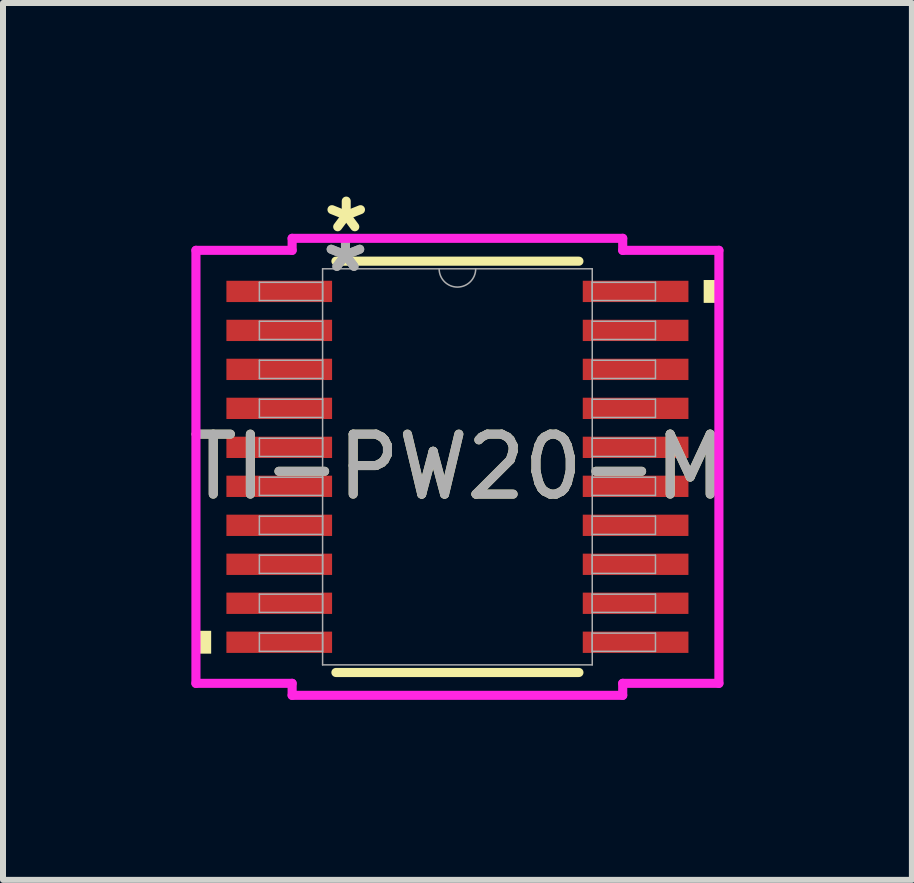
<source format=kicad_pcb>
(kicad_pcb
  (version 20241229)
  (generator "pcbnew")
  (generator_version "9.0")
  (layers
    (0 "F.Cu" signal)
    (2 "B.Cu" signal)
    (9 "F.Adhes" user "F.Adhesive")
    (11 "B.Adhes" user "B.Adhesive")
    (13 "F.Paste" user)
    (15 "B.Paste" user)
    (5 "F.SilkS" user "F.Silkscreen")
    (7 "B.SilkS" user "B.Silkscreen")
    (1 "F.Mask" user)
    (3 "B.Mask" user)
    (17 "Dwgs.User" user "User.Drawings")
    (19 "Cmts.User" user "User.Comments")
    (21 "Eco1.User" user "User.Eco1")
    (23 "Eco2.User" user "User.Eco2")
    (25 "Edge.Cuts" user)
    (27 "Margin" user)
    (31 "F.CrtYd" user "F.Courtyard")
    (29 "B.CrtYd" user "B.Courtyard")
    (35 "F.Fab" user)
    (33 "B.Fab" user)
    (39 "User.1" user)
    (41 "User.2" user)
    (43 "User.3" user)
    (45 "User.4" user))
  (footprint "TI-PW20-M"
    (layer "F.Cu")
    (at 4.577 4.734)
    (property "Reference" "TI-PW20-M" (at 0 0 0) (unlocked yes) (layer "F.SilkS") (effects (font (size 1 1) (thickness 0.15))))
    (attr smd)
    (fp_line (start -2.026 3.429) (end 2.026 3.429) (stroke (width 0.152) (type solid)) (layer "F.SilkS"))
    (fp_line (start 2.026 -3.429) (end -2.026 -3.429) (stroke (width 0.152) (type solid)) (layer "F.SilkS"))
    (fp_poly (pts (xy -4.36 2.734) (xy -4.36 3.115) (xy -4.106 3.115) (xy -4.106 2.734)) (stroke (width 0) (type solid)) (fill yes) (layer "F.SilkS"))
    (fp_poly (pts (xy 4.36 -3.115) (xy 4.36 -2.734) (xy 4.106 -2.734) (xy 4.106 -3.115)) (stroke (width 0) (type solid)) (fill yes) (layer "F.SilkS"))
    (fp_line (start -4.36 -3.61) (end -2.756 -3.61) (stroke (width 0.152) (type solid)) (layer "F.CrtYd"))
    (fp_line (start -4.36 3.61) (end -4.36 -3.61) (stroke (width 0.152) (type solid)) (layer "F.CrtYd"))
    (fp_line (start -4.36 3.61) (end -2.756 3.61) (stroke (width 0.152) (type solid)) (layer "F.CrtYd"))
    (fp_line (start -2.756 -3.81) (end 2.756 -3.81) (stroke (width 0.152) (type solid)) (layer "F.CrtYd"))
    (fp_line (start -2.756 -3.61) (end -2.756 -3.81) (stroke (width 0.152) (type solid)) (layer "F.CrtYd"))
    (fp_line (start -2.756 3.81) (end -2.756 3.61) (stroke (width 0.152) (type solid)) (layer "F.CrtYd"))
    (fp_line (start 2.756 -3.81) (end 2.756 -3.61) (stroke (width 0.152) (type solid)) (layer "F.CrtYd"))
    (fp_line (start 2.756 3.61) (end 2.756 3.81) (stroke (width 0.152) (type solid)) (layer "F.CrtYd"))
    (fp_line (start 2.756 3.81) (end -2.756 3.81) (stroke (width 0.152) (type solid)) (layer "F.CrtYd"))
    (fp_line (start 4.36 -3.61) (end 2.756 -3.61) (stroke (width 0.152) (type solid)) (layer "F.CrtYd"))
    (fp_line (start 4.36 -3.61) (end 4.36 3.61) (stroke (width 0.152) (type solid)) (layer "F.CrtYd"))
    (fp_line (start 4.36 3.61) (end 2.756 3.61) (stroke (width 0.152) (type solid)) (layer "F.CrtYd"))
    (fp_line (start -3.302 -3.077) (end -3.302 -2.773) (stroke (width 0.025) (type solid)) (layer "F.Fab"))
    (fp_line (start -3.302 -2.773) (end -2.248 -2.773) (stroke (width 0.025) (type solid)) (layer "F.Fab"))
    (fp_line (start -3.302 -2.427) (end -3.302 -2.123) (stroke (width 0.025) (type solid)) (layer "F.Fab"))
    (fp_line (start -3.302 -2.123) (end -2.248 -2.123) (stroke (width 0.025) (type solid)) (layer "F.Fab"))
    (fp_line (start -3.302 -1.777) (end -3.302 -1.473) (stroke (width 0.025) (type solid)) (layer "F.Fab"))
    (fp_line (start -3.302 -1.473) (end -2.248 -1.473) (stroke (width 0.025) (type solid)) (layer "F.Fab"))
    (fp_line (start -3.302 -1.127) (end -3.302 -0.823) (stroke (width 0.025) (type solid)) (layer "F.Fab"))
    (fp_line (start -3.302 -0.823) (end -2.248 -0.823) (stroke (width 0.025) (type solid)) (layer "F.Fab"))
    (fp_line (start -3.302 -0.477) (end -3.302 -0.173) (stroke (width 0.025) (type solid)) (layer "F.Fab"))
    (fp_line (start -3.302 -0.173) (end -2.248 -0.173) (stroke (width 0.025) (type solid)) (layer "F.Fab"))
    (fp_line (start -3.302 0.173) (end -3.302 0.477) (stroke (width 0.025) (type solid)) (layer "F.Fab"))
    (fp_line (start -3.302 0.477) (end -2.248 0.477) (stroke (width 0.025) (type solid)) (layer "F.Fab"))
    (fp_line (start -3.302 0.823) (end -3.302 1.127) (stroke (width 0.025) (type solid)) (layer "F.Fab"))
    (fp_line (start -3.302 1.127) (end -2.248 1.127) (stroke (width 0.025) (type solid)) (layer "F.Fab"))
    (fp_line (start -3.302 1.473) (end -3.302 1.777) (stroke (width 0.025) (type solid)) (layer "F.Fab"))
    (fp_line (start -3.302 1.777) (end -2.248 1.777) (stroke (width 0.025) (type solid)) (layer "F.Fab"))
    (fp_line (start -3.302 2.123) (end -3.302 2.427) (stroke (width 0.025) (type solid)) (layer "F.Fab"))
    (fp_line (start -3.302 2.427) (end -2.248 2.427) (stroke (width 0.025) (type solid)) (layer "F.Fab"))
    (fp_line (start -3.302 2.773) (end -3.302 3.077) (stroke (width 0.025) (type solid)) (layer "F.Fab"))
    (fp_line (start -3.302 3.077) (end -2.248 3.077) (stroke (width 0.025) (type solid)) (layer "F.Fab"))
    (fp_line (start -2.248 -3.302) (end -2.248 3.302) (stroke (width 0.025) (type solid)) (layer "F.Fab"))
    (fp_line (start -2.248 -3.077) (end -3.302 -3.077) (stroke (width 0.025) (type solid)) (layer "F.Fab"))
    (fp_line (start -2.248 -2.773) (end -2.248 -3.077) (stroke (width 0.025) (type solid)) (layer "F.Fab"))
    (fp_line (start -2.248 -2.427) (end -3.302 -2.427) (stroke (width 0.025) (type solid)) (layer "F.Fab"))
    (fp_line (start -2.248 -2.123) (end -2.248 -2.427) (stroke (width 0.025) (type solid)) (layer "F.Fab"))
    (fp_line (start -2.248 -1.777) (end -3.302 -1.777) (stroke (width 0.025) (type solid)) (layer "F.Fab"))
    (fp_line (start -2.248 -1.473) (end -2.248 -1.777) (stroke (width 0.025) (type solid)) (layer "F.Fab"))
    (fp_line (start -2.248 -1.127) (end -3.302 -1.127) (stroke (width 0.025) (type solid)) (layer "F.Fab"))
    (fp_line (start -2.248 -0.823) (end -2.248 -1.127) (stroke (width 0.025) (type solid)) (layer "F.Fab"))
    (fp_line (start -2.248 -0.477) (end -3.302 -0.477) (stroke (width 0.025) (type solid)) (layer "F.Fab"))
    (fp_line (start -2.248 -0.173) (end -2.248 -0.477) (stroke (width 0.025) (type solid)) (layer "F.Fab"))
    (fp_line (start -2.248 0.173) (end -3.302 0.173) (stroke (width 0.025) (type solid)) (layer "F.Fab"))
    (fp_line (start -2.248 0.477) (end -2.248 0.173) (stroke (width 0.025) (type solid)) (layer "F.Fab"))
    (fp_line (start -2.248 0.823) (end -3.302 0.823) (stroke (width 0.025) (type solid)) (layer "F.Fab"))
    (fp_line (start -2.248 1.127) (end -2.248 0.823) (stroke (width 0.025) (type solid)) (layer "F.Fab"))
    (fp_line (start -2.248 1.473) (end -3.302 1.473) (stroke (width 0.025) (type solid)) (layer "F.Fab"))
    (fp_line (start -2.248 1.777) (end -2.248 1.473) (stroke (width 0.025) (type solid)) (layer "F.Fab"))
    (fp_line (start -2.248 2.123) (end -3.302 2.123) (stroke (width 0.025) (type solid)) (layer "F.Fab"))
    (fp_line (start -2.248 2.427) (end -2.248 2.123) (stroke (width 0.025) (type solid)) (layer "F.Fab"))
    (fp_line (start -2.248 2.773) (end -3.302 2.773) (stroke (width 0.025) (type solid)) (layer "F.Fab"))
    (fp_line (start -2.248 3.077) (end -2.248 2.773) (stroke (width 0.025) (type solid)) (layer "F.Fab"))
    (fp_line (start -2.248 3.302) (end 2.248 3.302) (stroke (width 0.025) (type solid)) (layer "F.Fab"))
    (fp_line (start 2.248 -3.302) (end -2.248 -3.302) (stroke (width 0.025) (type solid)) (layer "F.Fab"))
    (fp_line (start 2.248 -3.077) (end 2.248 -2.773) (stroke (width 0.025) (type solid)) (layer "F.Fab"))
    (fp_line (start 2.248 -2.773) (end 3.302 -2.773) (stroke (width 0.025) (type solid)) (layer "F.Fab"))
    (fp_line (start 2.248 -2.427) (end 2.248 -2.123) (stroke (width 0.025) (type solid)) (layer "F.Fab"))
    (fp_line (start 2.248 -2.123) (end 3.302 -2.123) (stroke (width 0.025) (type solid)) (layer "F.Fab"))
    (fp_line (start 2.248 -1.777) (end 2.248 -1.473) (stroke (width 0.025) (type solid)) (layer "F.Fab"))
    (fp_line (start 2.248 -1.473) (end 3.302 -1.473) (stroke (width 0.025) (type solid)) (layer "F.Fab"))
    (fp_line (start 2.248 -1.127) (end 2.248 -0.823) (stroke (width 0.025) (type solid)) (layer "F.Fab"))
    (fp_line (start 2.248 -0.823) (end 3.302 -0.823) (stroke (width 0.025) (type solid)) (layer "F.Fab"))
    (fp_line (start 2.248 -0.477) (end 2.248 -0.173) (stroke (width 0.025) (type solid)) (layer "F.Fab"))
    (fp_line (start 2.248 -0.173) (end 3.302 -0.173) (stroke (width 0.025) (type solid)) (layer "F.Fab"))
    (fp_line (start 2.248 0.173) (end 2.248 0.477) (stroke (width 0.025) (type solid)) (layer "F.Fab"))
    (fp_line (start 2.248 0.477) (end 3.302 0.477) (stroke (width 0.025) (type solid)) (layer "F.Fab"))
    (fp_line (start 2.248 0.823) (end 2.248 1.127) (stroke (width 0.025) (type solid)) (layer "F.Fab"))
    (fp_line (start 2.248 1.127) (end 3.302 1.127) (stroke (width 0.025) (type solid)) (layer "F.Fab"))
    (fp_line (start 2.248 1.473) (end 2.248 1.777) (stroke (width 0.025) (type solid)) (layer "F.Fab"))
    (fp_line (start 2.248 1.777) (end 3.302 1.777) (stroke (width 0.025) (type solid)) (layer "F.Fab"))
    (fp_line (start 2.248 2.123) (end 2.248 2.427) (stroke (width 0.025) (type solid)) (layer "F.Fab"))
    (fp_line (start 2.248 2.427) (end 3.302 2.427) (stroke (width 0.025) (type solid)) (layer "F.Fab"))
    (fp_line (start 2.248 2.773) (end 2.248 3.077) (stroke (width 0.025) (type solid)) (layer "F.Fab"))
    (fp_line (start 2.248 3.077) (end 3.302 3.077) (stroke (width 0.025) (type solid)) (layer "F.Fab"))
    (fp_line (start 2.248 3.302) (end 2.248 -3.302) (stroke (width 0.025) (type solid)) (layer "F.Fab"))
    (fp_line (start 3.302 -3.077) (end 2.248 -3.077) (stroke (width 0.025) (type solid)) (layer "F.Fab"))
    (fp_line (start 3.302 -2.773) (end 3.302 -3.077) (stroke (width 0.025) (type solid)) (layer "F.Fab"))
    (fp_line (start 3.302 -2.427) (end 2.248 -2.427) (stroke (width 0.025) (type solid)) (layer "F.Fab"))
    (fp_line (start 3.302 -2.123) (end 3.302 -2.427) (stroke (width 0.025) (type solid)) (layer "F.Fab"))
    (fp_line (start 3.302 -1.777) (end 2.248 -1.777) (stroke (width 0.025) (type solid)) (layer "F.Fab"))
    (fp_line (start 3.302 -1.473) (end 3.302 -1.777) (stroke (width 0.025) (type solid)) (layer "F.Fab"))
    (fp_line (start 3.302 -1.127) (end 2.248 -1.127) (stroke (width 0.025) (type solid)) (layer "F.Fab"))
    (fp_line (start 3.302 -0.823) (end 3.302 -1.127) (stroke (width 0.025) (type solid)) (layer "F.Fab"))
    (fp_line (start 3.302 -0.477) (end 2.248 -0.477) (stroke (width 0.025) (type solid)) (layer "F.Fab"))
    (fp_line (start 3.302 -0.173) (end 3.302 -0.477) (stroke (width 0.025) (type solid)) (layer "F.Fab"))
    (fp_line (start 3.302 0.173) (end 2.248 0.173) (stroke (width 0.025) (type solid)) (layer "F.Fab"))
    (fp_line (start 3.302 0.477) (end 3.302 0.173) (stroke (width 0.025) (type solid)) (layer "F.Fab"))
    (fp_line (start 3.302 0.823) (end 2.248 0.823) (stroke (width 0.025) (type solid)) (layer "F.Fab"))
    (fp_line (start 3.302 1.127) (end 3.302 0.823) (stroke (width 0.025) (type solid)) (layer "F.Fab"))
    (fp_line (start 3.302 1.473) (end 2.248 1.473) (stroke (width 0.025) (type solid)) (layer "F.Fab"))
    (fp_line (start 3.302 1.777) (end 3.302 1.473) (stroke (width 0.025) (type solid)) (layer "F.Fab"))
    (fp_line (start 3.302 2.123) (end 2.248 2.123) (stroke (width 0.025) (type solid)) (layer "F.Fab"))
    (fp_line (start 3.302 2.427) (end 3.302 2.123) (stroke (width 0.025) (type solid)) (layer "F.Fab"))
    (fp_line (start 3.302 2.773) (end 2.248 2.773) (stroke (width 0.025) (type solid)) (layer "F.Fab"))
    (fp_line (start 3.302 3.077) (end 3.302 2.773) (stroke (width 0.025) (type solid)) (layer "F.Fab"))
    (fp_arc (start 0.3048 -3.302) (mid 0 -2.9972) (end -0.3048 -3.302) (stroke (width 0.0254) (type solid)) (layer "F.Fab"))
    (fp_text user "*" (at -1.854 -3.886 0) (unlocked yes) (layer "F.SilkS") (effects (font (size 1 1) (thickness 0.15))))
    (fp_text user "*" (at -1.867 -3.226 0) (unlocked yes) (layer "F.Fab") (effects (font (size 1 1) (thickness 0.15))))
    (fp_text user "*" (at -1.867 -3.226 0) (layer "F.Fab") (effects (font (size 1 1) (thickness 0.15))))
    (fp_text user "${REFERENCE}" (at 0 0 0) (unlocked yes) (layer "F.Fab") (effects (font (size 1 1) (thickness 0.15))))
    (pad "1" smd rect (at -2.971 -2.925) (size 1.762 0.355) (layers "F.Cu" "F.Mask" "F.Paste"))
    (pad "2" smd rect (at -2.971 -2.275) (size 1.762 0.355) (layers "F.Cu" "F.Mask" "F.Paste"))
    (pad "3" smd rect (at -2.971 -1.625) (size 1.762 0.355) (layers "F.Cu" "F.Mask" "F.Paste"))
    (pad "4" smd rect (at -2.971 -0.975) (size 1.762 0.355) (layers "F.Cu" "F.Mask" "F.Paste"))
    (pad "5" smd rect (at -2.971 -0.325) (size 1.762 0.355) (layers "F.Cu" "F.Mask" "F.Paste"))
    (pad "6" smd rect (at -2.971 0.325) (size 1.762 0.355) (layers "F.Cu" "F.Mask" "F.Paste"))
    (pad "7" smd rect (at -2.971 0.975) (size 1.762 0.355) (layers "F.Cu" "F.Mask" "F.Paste"))
    (pad "8" smd rect (at -2.971 1.625) (size 1.762 0.355) (layers "F.Cu" "F.Mask" "F.Paste"))
    (pad "9" smd rect (at -2.971 2.275) (size 1.762 0.355) (layers "F.Cu" "F.Mask" "F.Paste"))
    (pad "10" smd rect (at -2.971 2.925) (size 1.762 0.355) (layers "F.Cu" "F.Mask" "F.Paste"))
    (pad "11" smd rect (at 2.971 2.925) (size 1.762 0.355) (layers "F.Cu" "F.Mask" "F.Paste"))
    (pad "12" smd rect (at 2.971 2.275) (size 1.762 0.355) (layers "F.Cu" "F.Mask" "F.Paste"))
    (pad "13" smd rect (at 2.971 1.625) (size 1.762 0.355) (layers "F.Cu" "F.Mask" "F.Paste"))
    (pad "14" smd rect (at 2.971 0.975) (size 1.762 0.355) (layers "F.Cu" "F.Mask" "F.Paste"))
    (pad "15" smd rect (at 2.971 0.325) (size 1.762 0.355) (layers "F.Cu" "F.Mask" "F.Paste"))
    (pad "16" smd rect (at 2.971 -0.325) (size 1.762 0.355) (layers "F.Cu" "F.Mask" "F.Paste"))
    (pad "17" smd rect (at 2.971 -0.975) (size 1.762 0.355) (layers "F.Cu" "F.Mask" "F.Paste"))
    (pad "18" smd rect (at 2.971 -1.625) (size 1.762 0.355) (layers "F.Cu" "F.Mask" "F.Paste"))
    (pad "19" smd rect (at 2.971 -2.275) (size 1.762 0.355) (layers "F.Cu" "F.Mask" "F.Paste"))
    (pad "20" smd rect (at 2.971 -2.925) (size 1.762 0.355) (layers "F.Cu" "F.Mask" "F.Paste")))
  (gr_rect
    (start -3 -3)
    (end 12.155 11.621)
    (stroke (width 0.1) (type default))
    (fill no)
    (layer "Edge.Cuts")))
</source>
